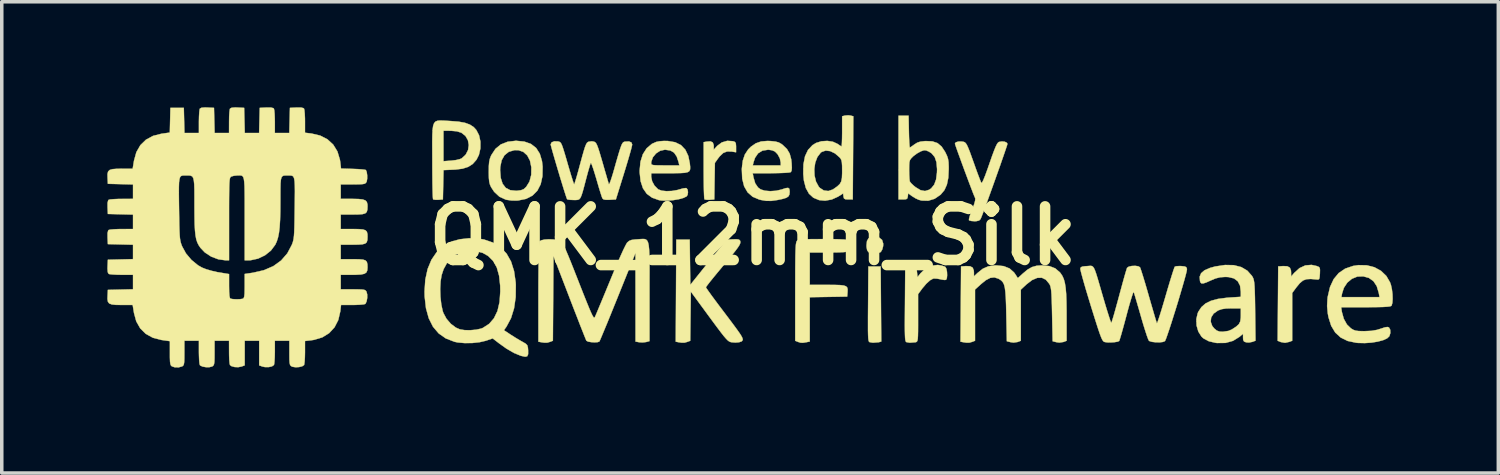
<source format=kicad_pcb>
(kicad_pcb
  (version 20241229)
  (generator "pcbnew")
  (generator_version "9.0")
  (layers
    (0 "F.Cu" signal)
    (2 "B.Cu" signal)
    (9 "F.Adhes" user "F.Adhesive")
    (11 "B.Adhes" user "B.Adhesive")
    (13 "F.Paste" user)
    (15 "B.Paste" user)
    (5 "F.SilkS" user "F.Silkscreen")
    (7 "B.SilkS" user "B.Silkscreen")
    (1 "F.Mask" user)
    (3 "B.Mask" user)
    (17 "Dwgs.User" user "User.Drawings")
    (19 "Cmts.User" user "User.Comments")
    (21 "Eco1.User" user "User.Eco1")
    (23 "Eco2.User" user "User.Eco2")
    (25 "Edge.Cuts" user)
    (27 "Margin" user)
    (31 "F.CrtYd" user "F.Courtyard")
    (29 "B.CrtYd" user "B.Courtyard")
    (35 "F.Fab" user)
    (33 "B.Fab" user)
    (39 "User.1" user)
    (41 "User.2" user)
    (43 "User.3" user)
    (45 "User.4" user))
  (footprint "QMK_12mm_Silk"
    (layer "F.Cu")
    (at 18.353 3.652)
    (property "Reference" "QMK_12mm_Silk" (at 0 0 0) (layer "F.SilkS") (effects (font (size 1.524 1.524) (thickness 0.3))))
    (attr through_hole)
    (fp_poly (pts (xy 3.652 3.009) (xy 3.58 3.028) (xy 3.414 3.041) (xy 3.325 3.026) (xy 3.31 3.019) (xy 3.298 3.001) (xy 3.289 2.966) (xy 3.282 2.909) (xy 3.278 2.822) (xy 3.275 2.7) (xy 3.275 2.535) (xy 3.275 2.322) (xy 3.277 2.053) (xy 3.278 1.942) (xy 3.286 0.873) (xy 3.635 0.873) (xy 3.652 3.009)) (stroke (width 0.01) (type solid)) (fill yes) (layer "F.SilkS"))
    (fp_poly (pts (xy 3.594 0.054) (xy 3.675 0.119) (xy 3.708 0.225) (xy 3.705 0.296) (xy 3.681 0.389) (xy 3.642 0.457) (xy 3.631 0.467) (xy 3.547 0.499) (xy 3.437 0.506) (xy 3.334 0.488) (xy 3.29 0.467) (xy 3.251 0.414) (xy 3.234 0.319) (xy 3.233 0.27) (xy 3.247 0.146) (xy 3.293 0.072) (xy 3.382 0.037) (xy 3.467 0.032) (xy 3.594 0.054)) (stroke (width 0.01) (type solid)) (fill yes) (layer "F.SilkS"))
    (fp_poly (pts (xy -0.56 -2.687) (xy -0.558 -2.686) (xy -0.507 -2.666) (xy -0.483 -2.627) (xy -0.476 -2.549) (xy -0.476 -2.519) (xy -0.476 -2.373) (xy -0.602 -2.393) (xy -0.732 -2.396) (xy -0.841 -2.353) (xy -0.942 -2.257) (xy -0.981 -2.207) (xy -1.078 -2.071) (xy -1.087 -1.552) (xy -1.095 -1.032) (xy -1.224 -1.022) (xy -1.31 -1.022) (xy -1.367 -1.031) (xy -1.374 -1.036) (xy -1.381 -1.072) (xy -1.386 -1.164) (xy -1.391 -1.301) (xy -1.394 -1.476) (xy -1.396 -1.678) (xy -1.397 -1.859) (xy -1.397 -2.66) (xy -1.314 -2.675) (xy -1.203 -2.683) (xy -1.138 -2.652) (xy -1.112 -2.578) (xy -1.111 -2.553) (xy -1.111 -2.446) (xy -1.008 -2.558) (xy -0.88 -2.653) (xy -0.725 -2.698) (xy -0.56 -2.687)) (stroke (width 0.01) (type solid)) (fill yes) (layer "F.SilkS"))
    (fp_poly (pts (xy 16.03 0.861) (xy 16.088 0.884) (xy 16.117 0.914) (xy 16.126 0.97) (xy 16.123 1.07) (xy 16.123 1.075) (xy 16.115 1.176) (xy 16.102 1.229) (xy 16.076 1.246) (xy 16.034 1.244) (xy 15.865 1.229) (xy 15.74 1.236) (xy 15.642 1.273) (xy 15.552 1.348) (xy 15.454 1.468) (xy 15.426 1.505) (xy 15.335 1.629) (xy 15.335 2.986) (xy 15.254 3.017) (xy 15.132 3.044) (xy 15.013 3.023) (xy 14.994 3.015) (xy 14.922 2.986) (xy 14.93 1.93) (xy 14.938 0.873) (xy 15.076 0.863) (xy 15.196 0.868) (xy 15.269 0.908) (xy 15.301 0.989) (xy 15.304 1.044) (xy 15.305 1.159) (xy 15.392 1.058) (xy 15.543 0.921) (xy 15.709 0.844) (xy 15.886 0.829) (xy 16.03 0.861)) (stroke (width 0.01) (type solid)) (fill yes) (layer "F.SilkS"))
    (fp_poly (pts (xy 5.275 0.833) (xy 5.376 0.85) (xy 5.455 0.876) (xy 5.476 0.888) (xy 5.504 0.941) (xy 5.521 1.027) (xy 5.525 1.124) (xy 5.517 1.208) (xy 5.494 1.254) (xy 5.493 1.254) (xy 5.446 1.258) (xy 5.364 1.245) (xy 5.33 1.237) (xy 5.231 1.219) (xy 5.145 1.217) (xy 5.128 1.219) (xy 5.041 1.266) (xy 4.934 1.362) (xy 4.817 1.5) (xy 4.79 1.537) (xy 4.699 1.661) (xy 4.699 2.335) (xy 4.699 2.558) (xy 4.698 2.725) (xy 4.695 2.846) (xy 4.69 2.928) (xy 4.681 2.978) (xy 4.668 3.007) (xy 4.65 3.021) (xy 4.628 3.028) (xy 4.462 3.041) (xy 4.373 3.026) (xy 4.358 3.019) (xy 4.346 3.001) (xy 4.337 2.966) (xy 4.33 2.909) (xy 4.326 2.822) (xy 4.323 2.7) (xy 4.322 2.535) (xy 4.323 2.322) (xy 4.325 2.053) (xy 4.326 1.942) (xy 4.334 0.873) (xy 4.651 0.873) (xy 4.683 1.176) (xy 4.772 1.064) (xy 4.912 0.932) (xy 5.076 0.853) (xy 5.253 0.831) (xy 5.275 0.833)) (stroke (width 0.01) (type solid)) (fill yes) (layer "F.SilkS"))
    (fp_poly (pts (xy 2.249 0.096) (xy 2.444 0.1) (xy 2.584 0.107) (xy 2.674 0.117) (xy 2.72 0.13) (xy 2.724 0.133) (xy 2.752 0.196) (xy 2.761 0.289) (xy 2.751 0.38) (xy 2.724 0.438) (xy 2.682 0.454) (xy 2.59 0.466) (xy 2.444 0.473) (xy 2.239 0.476) (xy 2.153 0.476) (xy 1.619 0.476) (xy 1.619 1.397) (xy 2.123 1.397) (xy 2.329 1.398) (xy 2.48 1.403) (xy 2.584 1.415) (xy 2.649 1.437) (xy 2.684 1.472) (xy 2.696 1.523) (xy 2.694 1.594) (xy 2.693 1.609) (xy 2.683 1.73) (xy 2.151 1.739) (xy 1.619 1.748) (xy 1.619 3.008) (xy 1.52 3.028) (xy 1.423 3.044) (xy 1.355 3.04) (xy 1.281 3.017) (xy 1.278 3.015) (xy 1.206 2.987) (xy 1.206 1.591) (xy 1.207 1.252) (xy 1.207 0.972) (xy 1.209 0.744) (xy 1.211 0.563) (xy 1.215 0.422) (xy 1.22 0.318) (xy 1.226 0.243) (xy 1.235 0.194) (xy 1.245 0.162) (xy 1.256 0.145) (xy 1.281 0.128) (xy 1.324 0.116) (xy 1.392 0.107) (xy 1.494 0.101) (xy 1.638 0.097) (xy 1.832 0.096) (xy 1.996 0.095) (xy 2.249 0.096)) (stroke (width 0.01) (type solid)) (fill yes) (layer "F.SilkS"))
    (fp_poly (pts (xy -0.392 0.111) (xy -0.363 0.138) (xy -0.361 0.143) (xy -0.353 0.176) (xy -0.358 0.214) (xy -0.38 0.264) (xy -0.423 0.332) (xy -0.491 0.424) (xy -0.588 0.546) (xy -0.718 0.704) (xy -0.87 0.886) (xy -1.003 1.046) (xy -1.121 1.19) (xy -1.219 1.311) (xy -1.289 1.402) (xy -1.328 1.455) (xy -1.333 1.466) (xy -1.315 1.498) (xy -1.263 1.573) (xy -1.183 1.685) (xy -1.079 1.826) (xy -0.958 1.988) (xy -0.846 2.136) (xy -0.683 2.352) (xy -0.555 2.523) (xy -0.457 2.656) (xy -0.386 2.756) (xy -0.337 2.83) (xy -0.307 2.884) (xy -0.291 2.924) (xy -0.286 2.955) (xy -0.286 2.963) (xy -0.314 3.002) (xy -0.389 3.028) (xy -0.494 3.037) (xy -0.6 3.029) (xy -0.637 3.021) (xy -0.673 3.005) (xy -0.713 2.975) (xy -0.762 2.925) (xy -0.826 2.851) (xy -0.909 2.745) (xy -1.016 2.603) (xy -1.153 2.418) (xy -1.24 2.3) (xy -1.762 1.589) (xy -1.779 2.987) (xy -1.86 3.017) (xy -1.941 3.04) (xy -2.027 3.04) (xy -2.12 3.026) (xy -2.191 3.012) (xy -2.183 1.561) (xy -2.175 0.111) (xy -1.794 0.111) (xy -1.777 1.396) (xy -0.746 0.111) (xy -0.563 0.102) (xy -0.453 0.1) (xy -0.392 0.111)) (stroke (width 0.01) (type solid)) (fill yes) (layer "F.SilkS"))
    (fp_poly (pts (xy -8.794 -3.273) (xy -8.673 -3.266) (xy -8.607 -3.262) (xy -8.37 -3.244) (xy -8.185 -3.211) (xy -8.043 -3.159) (xy -7.933 -3.086) (xy -7.862 -3.008) (xy -7.783 -2.856) (xy -7.744 -2.675) (xy -7.745 -2.483) (xy -7.787 -2.299) (xy -7.857 -2.16) (xy -7.962 -2.041) (xy -8.091 -1.958) (xy -8.254 -1.906) (xy -8.465 -1.88) (xy -8.5 -1.879) (xy -8.793 -1.866) (xy -8.802 -1.449) (xy -8.811 -1.032) (xy -8.939 -1.022) (xy -9.025 -1.022) (xy -9.082 -1.031) (xy -9.09 -1.036) (xy -9.095 -1.072) (xy -9.1 -1.164) (xy -9.104 -1.304) (xy -9.108 -1.486) (xy -9.11 -1.701) (xy -9.112 -1.941) (xy -9.112 -2.119) (xy -8.795 -2.119) (xy -8.574 -2.135) (xy -8.44 -2.151) (xy -8.328 -2.178) (xy -8.272 -2.203) (xy -8.161 -2.308) (xy -8.095 -2.438) (xy -8.075 -2.579) (xy -8.1 -2.717) (xy -8.17 -2.838) (xy -8.285 -2.928) (xy -8.287 -2.929) (xy -8.414 -2.969) (xy -8.58 -2.984) (xy -8.596 -2.984) (xy -8.795 -2.985) (xy -8.795 -2.119) (xy -9.112 -2.119) (xy -9.112 -2.131) (xy -9.113 -2.434) (xy -9.114 -2.679) (xy -9.111 -2.872) (xy -9.103 -3.019) (xy -9.088 -3.127) (xy -9.061 -3.2) (xy -9.021 -3.246) (xy -8.965 -3.269) (xy -8.89 -3.276) (xy -8.794 -3.273)) (stroke (width 0.01) (type solid)) (fill yes) (layer "F.SilkS"))
    (fp_poly (pts (xy -6.494 -2.676) (xy -6.305 -2.608) (xy -6.159 -2.493) (xy -6.056 -2.331) (xy -5.994 -2.122) (xy -5.976 -1.964) (xy -5.981 -1.692) (xy -6.031 -1.464) (xy -6.126 -1.28) (xy -6.265 -1.141) (xy -6.447 -1.048) (xy -6.673 -1.002) (xy -6.685 -1.001) (xy -6.846 -1) (xy -6.999 -1.021) (xy -7.026 -1.028) (xy -7.204 -1.11) (xy -7.352 -1.247) (xy -7.44 -1.381) (xy -7.473 -1.454) (xy -7.493 -1.534) (xy -7.504 -1.638) (xy -7.507 -1.784) (xy -7.507 -1.826) (xy -7.506 -1.864) (xy -7.184 -1.864) (xy -7.167 -1.645) (xy -7.114 -1.478) (xy -7.024 -1.361) (xy -6.897 -1.295) (xy -6.731 -1.278) (xy -6.702 -1.279) (xy -6.59 -1.294) (xy -6.514 -1.324) (xy -6.449 -1.383) (xy -6.441 -1.391) (xy -6.348 -1.542) (xy -6.299 -1.732) (xy -6.296 -1.945) (xy -6.335 -2.135) (xy -6.412 -2.282) (xy -6.523 -2.383) (xy -6.662 -2.432) (xy -6.776 -2.433) (xy -6.938 -2.386) (xy -7.059 -2.29) (xy -7.14 -2.146) (xy -7.18 -1.956) (xy -7.184 -1.864) (xy -7.506 -1.864) (xy -7.505 -1.984) (xy -7.495 -2.099) (xy -7.476 -2.187) (xy -7.445 -2.269) (xy -7.432 -2.295) (xy -7.316 -2.471) (xy -7.162 -2.597) (xy -6.97 -2.672) (xy -6.738 -2.699) (xy -6.727 -2.699) (xy -6.494 -2.676)) (stroke (width 0.01) (type solid)) (fill yes) (layer "F.SilkS"))
    (fp_poly (pts (xy 2.779 -3.416) (xy 2.858 -3.396) (xy 2.842 -1.032) (xy 2.715 -1.032) (xy 2.632 -1.037) (xy 2.593 -1.059) (xy 2.579 -1.111) (xy 2.578 -1.117) (xy 2.568 -1.202) (xy 2.419 -1.109) (xy 2.244 -1.03) (xy 2.056 -0.997) (xy 1.885 -1.013) (xy 1.722 -1.081) (xy 1.597 -1.195) (xy 1.508 -1.356) (xy 1.453 -1.568) (xy 1.435 -1.754) (xy 1.437 -1.897) (xy 1.748 -1.897) (xy 1.755 -1.712) (xy 1.796 -1.54) (xy 1.873 -1.397) (xy 1.906 -1.36) (xy 2.019 -1.287) (xy 2.147 -1.271) (xy 2.274 -1.314) (xy 2.287 -1.322) (xy 2.399 -1.401) (xy 2.472 -1.469) (xy 2.514 -1.543) (xy 2.534 -1.641) (xy 2.54 -1.779) (xy 2.54 -1.843) (xy 2.539 -1.988) (xy 2.532 -2.086) (xy 2.518 -2.15) (xy 2.494 -2.196) (xy 2.466 -2.229) (xy 2.336 -2.341) (xy 2.201 -2.406) (xy 2.072 -2.421) (xy 1.96 -2.383) (xy 1.93 -2.361) (xy 1.836 -2.238) (xy 1.775 -2.078) (xy 1.748 -1.897) (xy 1.437 -1.897) (xy 1.44 -2.031) (xy 1.485 -2.26) (xy 1.571 -2.441) (xy 1.698 -2.576) (xy 1.799 -2.638) (xy 1.95 -2.685) (xy 2.117 -2.696) (xy 2.277 -2.672) (xy 2.406 -2.613) (xy 2.412 -2.609) (xy 2.478 -2.564) (xy 2.519 -2.541) (xy 2.523 -2.54) (xy 2.529 -2.57) (xy 2.534 -2.652) (xy 2.538 -2.774) (xy 2.54 -2.924) (xy 2.54 -2.968) (xy 2.54 -3.396) (xy 2.619 -3.416) (xy 2.715 -3.424) (xy 2.779 -3.416)) (stroke (width 0.01) (type solid)) (fill yes) (layer "F.SilkS"))
    (fp_poly (pts (xy 0.514 -2.691) (xy 0.645 -2.677) (xy 0.737 -2.652) (xy 0.813 -2.609) (xy 0.851 -2.58) (xy 0.972 -2.463) (xy 1.049 -2.332) (xy 1.092 -2.171) (xy 1.104 -2.058) (xy 1.11 -1.93) (xy 1.103 -1.852) (xy 1.083 -1.812) (xy 1.076 -1.807) (xy 1.031 -1.797) (xy 0.933 -1.789) (xy 0.796 -1.783) (xy 0.631 -1.779) (xy 0.514 -1.778) (xy -0.003 -1.778) (xy 0.019 -1.659) (xy 0.069 -1.488) (xy 0.15 -1.37) (xy 0.226 -1.316) (xy 0.343 -1.28) (xy 0.496 -1.267) (xy 0.659 -1.278) (xy 0.811 -1.312) (xy 0.822 -1.316) (xy 0.936 -1.353) (xy 1.003 -1.361) (xy 1.037 -1.337) (xy 1.047 -1.276) (xy 1.048 -1.242) (xy 1.04 -1.169) (xy 1.011 -1.117) (xy 0.95 -1.078) (xy 0.846 -1.046) (xy 0.702 -1.016) (xy 0.526 -0.991) (xy 0.377 -0.992) (xy 0.226 -1.018) (xy 0.183 -1.029) (xy -0.004 -1.108) (xy -0.147 -1.233) (xy -0.246 -1.404) (xy -0.301 -1.621) (xy -0.312 -1.883) (xy -0.311 -1.918) (xy -0.301 -2) (xy -0.001 -2) (xy 0.794 -2) (xy 0.794 -2.081) (xy 0.768 -2.202) (xy 0.703 -2.32) (xy 0.628 -2.395) (xy 0.549 -2.429) (xy 0.448 -2.445) (xy 0.436 -2.445) (xy 0.275 -2.42) (xy 0.151 -2.344) (xy 0.063 -2.215) (xy 0.02 -2.088) (xy -0.001 -2) (xy -0.301 -2) (xy -0.284 -2.136) (xy -0.226 -2.309) (xy -0.132 -2.452) (xy -0.052 -2.532) (xy 0.085 -2.627) (xy 0.237 -2.68) (xy 0.421 -2.695) (xy 0.514 -2.691)) (stroke (width 0.01) (type solid)) (fill yes) (layer "F.SilkS"))
    (fp_poly (pts (xy 7.164 -2.672) (xy 7.223 -2.643) (xy 7.239 -2.613) (xy 7.229 -2.574) (xy 7.199 -2.483) (xy 7.154 -2.35) (xy 7.096 -2.183) (xy 7.029 -1.989) (xy 6.954 -1.779) (xy 6.876 -1.559) (xy 6.797 -1.338) (xy 6.72 -1.125) (xy 6.649 -0.928) (xy 6.585 -0.756) (xy 6.533 -0.617) (xy 6.495 -0.52) (xy 6.475 -0.473) (xy 6.433 -0.432) (xy 6.354 -0.414) (xy 6.303 -0.413) (xy 6.214 -0.419) (xy 6.155 -0.435) (xy 6.145 -0.443) (xy 6.148 -0.484) (xy 6.171 -0.568) (xy 6.211 -0.682) (xy 6.237 -0.748) (xy 6.293 -0.896) (xy 6.321 -0.997) (xy 6.325 -1.06) (xy 6.318 -1.08) (xy 6.296 -1.13) (xy 6.257 -1.227) (xy 6.206 -1.361) (xy 6.144 -1.523) (xy 6.077 -1.703) (xy 6.007 -1.89) (xy 5.939 -2.076) (xy 5.876 -2.249) (xy 5.821 -2.4) (xy 5.779 -2.52) (xy 5.753 -2.598) (xy 5.747 -2.624) (xy 5.775 -2.657) (xy 5.844 -2.677) (xy 5.933 -2.679) (xy 5.996 -2.669) (xy 6.027 -2.656) (xy 6.056 -2.629) (xy 6.087 -2.581) (xy 6.123 -2.502) (xy 6.17 -2.385) (xy 6.229 -2.221) (xy 6.275 -2.094) (xy 6.338 -1.916) (xy 6.396 -1.757) (xy 6.445 -1.628) (xy 6.48 -1.539) (xy 6.497 -1.5) (xy 6.518 -1.512) (xy 6.555 -1.585) (xy 6.609 -1.718) (xy 6.679 -1.911) (xy 6.727 -2.049) (xy 6.801 -2.261) (xy 6.86 -2.42) (xy 6.906 -2.533) (xy 6.943 -2.607) (xy 6.974 -2.649) (xy 6.999 -2.666) (xy 7.082 -2.681) (xy 7.164 -2.672)) (stroke (width 0.01) (type solid)) (fill yes) (layer "F.SilkS"))
    (fp_poly (pts (xy -2.415 -2.693) (xy -2.207 -2.658) (xy -2.042 -2.576) (xy -1.918 -2.446) (xy -1.834 -2.267) (xy -1.791 -2.056) (xy -1.781 -1.96) (xy -1.782 -1.889) (xy -1.802 -1.84) (xy -1.85 -1.808) (xy -1.932 -1.789) (xy -2.057 -1.781) (xy -2.233 -1.778) (xy -2.369 -1.778) (xy -2.889 -1.778) (xy -2.889 -1.675) (xy -2.862 -1.547) (xy -2.793 -1.421) (xy -2.695 -1.323) (xy -2.686 -1.317) (xy -2.59 -1.281) (xy -2.454 -1.267) (xy -2.298 -1.273) (xy -2.144 -1.3) (xy -2.083 -1.318) (xy -1.986 -1.345) (xy -1.91 -1.355) (xy -1.886 -1.353) (xy -1.854 -1.311) (xy -1.843 -1.238) (xy -1.854 -1.163) (xy -1.881 -1.12) (xy -1.971 -1.075) (xy -2.105 -1.038) (xy -2.264 -1.011) (xy -2.429 -0.998) (xy -2.581 -1) (xy -2.667 -1.012) (xy -2.862 -1.081) (xy -3.014 -1.192) (xy -3.123 -1.349) (xy -3.19 -1.552) (xy -3.217 -1.803) (xy -3.217 -1.857) (xy -3.197 -2.065) (xy -2.889 -2.065) (xy -2.886 -2.038) (xy -2.869 -2.02) (xy -2.829 -2.009) (xy -2.755 -2.003) (xy -2.636 -2.001) (xy -2.489 -2) (xy -2.089 -2) (xy -2.109 -2.088) (xy -2.163 -2.252) (xy -2.239 -2.362) (xy -2.346 -2.424) (xy -2.489 -2.445) (xy -2.502 -2.445) (xy -2.634 -2.416) (xy -2.751 -2.34) (xy -2.841 -2.231) (xy -2.886 -2.105) (xy -2.889 -2.065) (xy -3.197 -2.065) (xy -3.193 -2.106) (xy -3.126 -2.317) (xy -3.017 -2.487) (xy -2.87 -2.611) (xy -2.746 -2.667) (xy -2.651 -2.686) (xy -2.524 -2.695) (xy -2.415 -2.693)) (stroke (width 0.01) (type solid)) (fill yes) (layer "F.SilkS"))
    (fp_poly (pts (xy 17.456 0.841) (xy 17.673 0.896) (xy 17.861 0.999) (xy 18.011 1.143) (xy 18.117 1.325) (xy 18.142 1.395) (xy 18.17 1.523) (xy 18.187 1.663) (xy 18.191 1.798) (xy 18.183 1.911) (xy 18.162 1.983) (xy 18.155 1.994) (xy 18.119 2.008) (xy 18.039 2.018) (xy 17.91 2.026) (xy 17.728 2.03) (xy 17.489 2.032) (xy 17.422 2.032) (xy 16.727 2.032) (xy 16.748 2.167) (xy 16.802 2.362) (xy 16.892 2.524) (xy 17.007 2.635) (xy 17.074 2.675) (xy 17.141 2.699) (xy 17.228 2.71) (xy 17.355 2.713) (xy 17.397 2.713) (xy 17.59 2.704) (xy 17.749 2.676) (xy 17.857 2.642) (xy 17.973 2.604) (xy 18.046 2.594) (xy 18.087 2.608) (xy 18.122 2.673) (xy 18.126 2.766) (xy 18.098 2.857) (xy 18.035 2.917) (xy 17.921 2.969) (xy 17.768 3.01) (xy 17.59 3.039) (xy 17.4 3.052) (xy 17.208 3.048) (xy 17.151 3.042) (xy 16.911 2.991) (xy 16.714 2.894) (xy 16.559 2.752) (xy 16.444 2.56) (xy 16.368 2.32) (xy 16.347 2.208) (xy 16.328 2) (xy 16.338 1.801) (xy 16.345 1.746) (xy 16.734 1.746) (xy 17.819 1.746) (xy 17.797 1.627) (xy 17.739 1.433) (xy 17.646 1.292) (xy 17.515 1.199) (xy 17.356 1.155) (xy 17.188 1.161) (xy 17.033 1.224) (xy 16.902 1.333) (xy 16.804 1.482) (xy 16.753 1.643) (xy 16.734 1.746) (xy 16.345 1.746) (xy 16.347 1.73) (xy 16.411 1.458) (xy 16.514 1.235) (xy 16.658 1.061) (xy 16.841 0.936) (xy 17.066 0.859) (xy 17.217 0.836) (xy 17.456 0.841)) (stroke (width 0.01) (type solid)) (fill yes) (layer "F.SilkS"))
    (fp_poly (pts (xy 4.438 -2.961) (xy 4.442 -2.799) (xy 4.448 -2.664) (xy 4.455 -2.564) (xy 4.461 -2.513) (xy 4.464 -2.508) (xy 4.497 -2.526) (xy 4.561 -2.57) (xy 4.594 -2.595) (xy 4.675 -2.646) (xy 4.764 -2.675) (xy 4.884 -2.689) (xy 4.918 -2.691) (xy 5.105 -2.683) (xy 5.251 -2.634) (xy 5.367 -2.536) (xy 5.468 -2.383) (xy 5.475 -2.369) (xy 5.522 -2.271) (xy 5.55 -2.186) (xy 5.565 -2.091) (xy 5.57 -1.965) (xy 5.57 -1.893) (xy 5.558 -1.649) (xy 5.518 -1.453) (xy 5.448 -1.297) (xy 5.343 -1.171) (xy 5.334 -1.163) (xy 5.168 -1.05) (xy 4.986 -0.995) (xy 4.8 -1) (xy 4.715 -1.023) (xy 4.624 -1.065) (xy 4.528 -1.125) (xy 4.519 -1.131) (xy 4.417 -1.207) (xy 4.407 -1.119) (xy 4.394 -1.063) (xy 4.359 -1.038) (xy 4.282 -1.032) (xy 4.27 -1.032) (xy 4.143 -1.032) (xy 4.143 -1.87) (xy 4.445 -1.87) (xy 4.447 -1.738) (xy 4.453 -1.627) (xy 4.461 -1.554) (xy 4.465 -1.541) (xy 4.5 -1.494) (xy 4.57 -1.427) (xy 4.628 -1.38) (xy 4.769 -1.295) (xy 4.896 -1.271) (xy 5.014 -1.307) (xy 5.072 -1.347) (xy 5.157 -1.452) (xy 5.211 -1.598) (xy 5.236 -1.794) (xy 5.239 -1.893) (xy 5.222 -2.09) (xy 5.172 -2.237) (xy 5.083 -2.343) (xy 5.008 -2.391) (xy 4.929 -2.425) (xy 4.869 -2.43) (xy 4.792 -2.405) (xy 4.773 -2.397) (xy 4.669 -2.34) (xy 4.567 -2.264) (xy 4.548 -2.246) (xy 4.499 -2.196) (xy 4.468 -2.149) (xy 4.452 -2.09) (xy 4.446 -2.002) (xy 4.445 -1.87) (xy 4.143 -1.87) (xy 4.143 -3.413) (xy 4.429 -3.413) (xy 4.438 -2.961)) (stroke (width 0.01) (type solid)) (fill yes) (layer "F.SilkS"))
    (fp_poly (pts (xy 8.431 0.863) (xy 8.597 0.927) (xy 8.73 1.04) (xy 8.753 1.069) (xy 8.803 1.145) (xy 8.842 1.233) (xy 8.872 1.342) (xy 8.894 1.479) (xy 8.909 1.652) (xy 8.917 1.87) (xy 8.921 2.139) (xy 8.921 2.263) (xy 8.922 2.986) (xy 8.834 3.02) (xy 8.717 3.038) (xy 8.636 3.027) (xy 8.525 3) (xy 8.509 2.238) (xy 8.504 1.996) (xy 8.498 1.808) (xy 8.492 1.667) (xy 8.484 1.563) (xy 8.473 1.488) (xy 8.46 1.433) (xy 8.442 1.39) (xy 8.428 1.365) (xy 8.332 1.25) (xy 8.218 1.194) (xy 8.086 1.198) (xy 7.939 1.261) (xy 7.78 1.383) (xy 7.775 1.388) (xy 7.62 1.533) (xy 7.62 2.986) (xy 7.533 3.02) (xy 7.415 3.038) (xy 7.334 3.027) (xy 7.223 3) (xy 7.207 2.238) (xy 7.201 1.972) (xy 7.193 1.761) (xy 7.181 1.599) (xy 7.165 1.476) (xy 7.142 1.387) (xy 7.11 1.323) (xy 7.068 1.276) (xy 7.014 1.238) (xy 6.981 1.22) (xy 6.867 1.184) (xy 6.752 1.198) (xy 6.625 1.264) (xy 6.494 1.37) (xy 6.318 1.53) (xy 6.318 2.986) (xy 6.237 3.017) (xy 6.156 3.04) (xy 6.07 3.04) (xy 5.977 3.026) (xy 5.905 3.012) (xy 5.913 1.942) (xy 5.921 0.873) (xy 6.059 0.863) (xy 6.179 0.868) (xy 6.252 0.908) (xy 6.283 0.989) (xy 6.287 1.042) (xy 6.287 1.155) (xy 6.39 1.058) (xy 6.54 0.938) (xy 6.695 0.87) (xy 6.877 0.844) (xy 6.921 0.843) (xy 7.132 0.864) (xy 7.3 0.931) (xy 7.428 1.045) (xy 7.458 1.087) (xy 7.535 1.205) (xy 7.669 1.082) (xy 7.81 0.964) (xy 7.938 0.891) (xy 8.072 0.853) (xy 8.223 0.843) (xy 8.431 0.863)) (stroke (width 0.01) (type solid)) (fill yes) (layer "F.SilkS"))
    (fp_poly (pts (xy 13.674 0.837) (xy 13.886 0.891) (xy 14.058 0.992) (xy 14.19 1.14) (xy 14.216 1.184) (xy 14.233 1.222) (xy 14.246 1.272) (xy 14.257 1.341) (xy 14.265 1.437) (xy 14.271 1.569) (xy 14.276 1.743) (xy 14.28 1.968) (xy 14.282 2.135) (xy 14.292 2.984) (xy 14.205 3.017) (xy 14.107 3.036) (xy 14.028 3.031) (xy 13.967 3.008) (xy 13.942 2.962) (xy 13.938 2.9) (xy 13.938 2.788) (xy 13.837 2.874) (xy 13.653 2.988) (xy 13.441 3.047) (xy 13.199 3.05) (xy 13.159 3.045) (xy 12.966 3) (xy 12.814 2.919) (xy 12.757 2.868) (xy 12.667 2.725) (xy 12.617 2.553) (xy 12.613 2.443) (xy 13.018 2.443) (xy 13.061 2.564) (xy 13.115 2.633) (xy 13.192 2.697) (xy 13.272 2.725) (xy 13.361 2.73) (xy 13.524 2.706) (xy 13.621 2.664) (xy 13.743 2.584) (xy 13.819 2.515) (xy 13.858 2.438) (xy 13.873 2.337) (xy 13.875 2.265) (xy 13.875 2.064) (xy 13.615 2.064) (xy 13.452 2.069) (xy 13.33 2.088) (xy 13.23 2.124) (xy 13.223 2.128) (xy 13.101 2.214) (xy 13.032 2.323) (xy 13.018 2.443) (xy 12.613 2.443) (xy 12.61 2.371) (xy 12.649 2.202) (xy 12.667 2.162) (xy 12.755 2.029) (xy 12.872 1.926) (xy 13.026 1.85) (xy 13.223 1.797) (xy 13.473 1.764) (xy 13.564 1.757) (xy 13.875 1.737) (xy 13.874 1.591) (xy 13.853 1.419) (xy 13.788 1.294) (xy 13.679 1.213) (xy 13.523 1.175) (xy 13.432 1.171) (xy 13.288 1.181) (xy 13.156 1.214) (xy 13.027 1.268) (xy 12.896 1.327) (xy 12.809 1.356) (xy 12.757 1.356) (xy 12.728 1.329) (xy 12.714 1.289) (xy 12.705 1.166) (xy 12.746 1.065) (xy 12.842 0.983) (xy 12.996 0.916) (xy 13.144 0.875) (xy 13.427 0.832) (xy 13.674 0.837)) (stroke (width 0.01) (type solid)) (fill yes) (layer "F.SilkS"))
    (fp_poly (pts (xy -7.819 0.079) (xy -7.641 0.108) (xy -7.385 0.196) (xy -7.172 0.329) (xy -7.002 0.507) (xy -6.874 0.732) (xy -6.788 1.005) (xy -6.742 1.325) (xy -6.738 1.393) (xy -6.742 1.745) (xy -6.788 2.064) (xy -6.875 2.345) (xy -7.002 2.582) (xy -7.013 2.599) (xy -7.076 2.686) (xy -6.88 2.816) (xy -6.757 2.894) (xy -6.632 2.969) (xy -6.54 3.021) (xy -6.456 3.07) (xy -6.412 3.115) (xy -6.394 3.181) (xy -6.388 3.259) (xy -6.388 3.368) (xy -6.413 3.426) (xy -6.471 3.44) (xy -6.575 3.418) (xy -6.595 3.413) (xy -6.786 3.335) (xy -7.004 3.209) (xy -7.214 3.059) (xy -7.395 2.919) (xy -7.592 2.986) (xy -7.768 3.027) (xy -7.976 3.05) (xy -8.193 3.052) (xy -8.39 3.034) (xy -8.481 3.015) (xy -8.727 2.92) (xy -8.931 2.777) (xy -9.093 2.586) (xy -9.213 2.347) (xy -9.292 2.061) (xy -9.33 1.726) (xy -9.333 1.587) (xy -9.328 1.511) (xy -8.888 1.511) (xy -8.881 1.736) (xy -8.857 1.952) (xy -8.818 2.136) (xy -8.797 2.198) (xy -8.71 2.36) (xy -8.586 2.504) (xy -8.441 2.613) (xy -8.325 2.663) (xy -8.191 2.684) (xy -8.029 2.686) (xy -7.864 2.671) (xy -7.724 2.64) (xy -7.675 2.621) (xy -7.496 2.505) (xy -7.358 2.345) (xy -7.259 2.139) (xy -7.2 1.885) (xy -7.179 1.583) (xy -7.182 1.421) (xy -7.213 1.137) (xy -7.279 0.903) (xy -7.382 0.718) (xy -7.523 0.577) (xy -7.679 0.488) (xy -7.79 0.459) (xy -7.937 0.442) (xy -8.094 0.44) (xy -8.237 0.451) (xy -8.334 0.475) (xy -8.523 0.583) (xy -8.676 0.742) (xy -8.791 0.95) (xy -8.847 1.119) (xy -8.877 1.298) (xy -8.888 1.511) (xy -9.328 1.511) (xy -9.311 1.249) (xy -9.245 0.947) (xy -9.137 0.685) (xy -8.988 0.466) (xy -8.801 0.293) (xy -8.576 0.169) (xy -8.55 0.159) (xy -8.326 0.1) (xy -8.073 0.072) (xy -7.819 0.079)) (stroke (width 0.01) (type solid)) (fill yes) (layer "F.SilkS"))
    (fp_poly (pts (xy -3.079 0.094) (xy -3.036 0.108) (xy -3.003 0.14) (xy -2.978 0.193) (xy -2.96 0.274) (xy -2.948 0.388) (xy -2.941 0.539) (xy -2.937 0.734) (xy -2.936 0.977) (xy -2.937 1.274) (xy -2.937 1.591) (xy -2.937 2.996) (xy -3.032 3.022) (xy -3.135 3.034) (xy -3.231 3.028) (xy -3.334 3.009) (xy -3.336 0.492) (xy -3.838 1.739) (xy -3.946 2.005) (xy -4.046 2.252) (xy -4.137 2.475) (xy -4.217 2.667) (xy -4.282 2.823) (xy -4.329 2.935) (xy -4.357 2.998) (xy -4.364 3.009) (xy -4.414 3.026) (xy -4.5 3.031) (xy -4.598 3.025) (xy -4.682 3.01) (xy -4.73 2.986) (xy -4.731 2.985) (xy -4.748 2.946) (xy -4.785 2.855) (xy -4.839 2.718) (xy -4.909 2.542) (xy -4.99 2.332) (xy -5.082 2.097) (xy -5.181 1.841) (xy -5.212 1.759) (xy -5.667 0.577) (xy -5.684 2.986) (xy -5.765 3.017) (xy -5.846 3.04) (xy -5.933 3.04) (xy -6.025 3.026) (xy -6.096 3.012) (xy -6.096 1.609) (xy -6.095 1.316) (xy -6.093 1.041) (xy -6.09 0.792) (xy -6.086 0.575) (xy -6.082 0.396) (xy -6.077 0.264) (xy -6.071 0.183) (xy -6.067 0.162) (xy -6.015 0.13) (xy -5.92 0.109) (xy -5.8 0.101) (xy -5.674 0.106) (xy -5.564 0.125) (xy -5.524 0.136) (xy -5.49 0.148) (xy -5.459 0.167) (xy -5.428 0.199) (xy -5.394 0.248) (xy -5.355 0.321) (xy -5.309 0.423) (xy -5.251 0.559) (xy -5.179 0.735) (xy -5.091 0.956) (xy -4.984 1.228) (xy -4.92 1.391) (xy -4.814 1.66) (xy -4.728 1.875) (xy -4.66 2.041) (xy -4.608 2.164) (xy -4.568 2.249) (xy -4.539 2.301) (xy -4.519 2.326) (xy -4.503 2.328) (xy -4.491 2.314) (xy -4.49 2.312) (xy -4.469 2.266) (xy -4.427 2.168) (xy -4.368 2.026) (xy -4.294 1.849) (xy -4.208 1.642) (xy -4.114 1.414) (xy -4.048 1.254) (xy -3.942 0.997) (xy -3.843 0.765) (xy -3.754 0.562) (xy -3.679 0.397) (xy -3.619 0.276) (xy -3.579 0.205) (xy -3.569 0.192) (xy -3.515 0.147) (xy -3.447 0.12) (xy -3.345 0.106) (xy -3.279 0.102) (xy -3.199 0.096) (xy -3.133 0.092) (xy -3.079 0.094)) (stroke (width 0.01) (type solid)) (fill yes) (layer "F.SilkS"))
    (fp_poly (pts (xy -4.515 -2.674) (xy -4.485 -2.66) (xy -4.458 -2.632) (xy -4.431 -2.582) (xy -4.4 -2.502) (xy -4.361 -2.383) (xy -4.312 -2.217) (xy -4.271 -2.078) (xy -4.219 -1.895) (xy -4.171 -1.732) (xy -4.132 -1.598) (xy -4.105 -1.505) (xy -4.092 -1.463) (xy -4.078 -1.475) (xy -4.051 -1.538) (xy -4.015 -1.645) (xy -3.972 -1.784) (xy -3.955 -1.844) (xy -3.886 -2.088) (xy -3.831 -2.277) (xy -3.788 -2.42) (xy -3.754 -2.522) (xy -3.727 -2.591) (xy -3.703 -2.634) (xy -3.681 -2.658) (xy -3.657 -2.67) (xy -3.632 -2.675) (xy -3.52 -2.681) (xy -3.45 -2.65) (xy -3.429 -2.592) (xy -3.439 -2.544) (xy -3.464 -2.444) (xy -3.504 -2.302) (xy -3.555 -2.127) (xy -3.615 -1.928) (xy -3.661 -1.778) (xy -3.893 -1.032) (xy -4.072 -1.022) (xy -4.179 -1.021) (xy -4.241 -1.032) (xy -4.274 -1.061) (xy -4.279 -1.07) (xy -4.297 -1.119) (xy -4.329 -1.218) (xy -4.371 -1.353) (xy -4.418 -1.514) (xy -4.446 -1.611) (xy -4.495 -1.773) (xy -4.538 -1.909) (xy -4.574 -2.01) (xy -4.598 -2.065) (xy -4.606 -2.072) (xy -4.621 -2.034) (xy -4.648 -1.946) (xy -4.685 -1.82) (xy -4.726 -1.668) (xy -4.743 -1.603) (xy -4.796 -1.4) (xy -4.837 -1.25) (xy -4.871 -1.145) (xy -4.901 -1.077) (xy -4.934 -1.038) (xy -4.974 -1.021) (xy -5.026 -1.016) (xy -5.093 -1.016) (xy -5.192 -1.02) (xy -5.261 -1.03) (xy -5.28 -1.04) (xy -5.297 -1.083) (xy -5.328 -1.177) (xy -5.371 -1.311) (xy -5.421 -1.474) (xy -5.477 -1.656) (xy -5.534 -1.847) (xy -5.59 -2.036) (xy -5.642 -2.214) (xy -5.687 -2.369) (xy -5.721 -2.493) (xy -5.742 -2.573) (xy -5.747 -2.598) (xy -5.719 -2.655) (xy -5.645 -2.684) (xy -5.538 -2.681) (xy -5.525 -2.678) (xy -5.495 -2.669) (xy -5.469 -2.651) (xy -5.444 -2.614) (xy -5.417 -2.551) (xy -5.384 -2.453) (xy -5.341 -2.313) (xy -5.285 -2.122) (xy -5.268 -2.061) (xy -5.214 -1.877) (xy -5.166 -1.716) (xy -5.125 -1.587) (xy -5.096 -1.499) (xy -5.08 -1.461) (xy -5.079 -1.461) (xy -5.066 -1.49) (xy -5.04 -1.571) (xy -5.003 -1.695) (xy -4.959 -1.852) (xy -4.91 -2.033) (xy -4.905 -2.052) (xy -4.849 -2.258) (xy -4.805 -2.412) (xy -4.771 -2.521) (xy -4.742 -2.593) (xy -4.717 -2.638) (xy -4.69 -2.662) (xy -4.671 -2.672) (xy -4.577 -2.685) (xy -4.515 -2.674)) (stroke (width 0.01) (type solid)) (fill yes) (layer "F.SilkS"))
    (fp_poly (pts (xy 9.638 0.861) (xy 9.669 0.88) (xy 9.699 0.92) (xy 9.729 0.986) (xy 9.764 1.085) (xy 9.807 1.224) (xy 9.861 1.409) (xy 9.929 1.645) (xy 9.959 1.748) (xy 10.019 1.952) (xy 10.074 2.133) (xy 10.122 2.285) (xy 10.159 2.397) (xy 10.183 2.463) (xy 10.191 2.477) (xy 10.205 2.447) (xy 10.232 2.365) (xy 10.27 2.237) (xy 10.316 2.073) (xy 10.369 1.881) (xy 10.412 1.722) (xy 10.469 1.511) (xy 10.522 1.317) (xy 10.568 1.152) (xy 10.606 1.022) (xy 10.632 0.939) (xy 10.641 0.913) (xy 10.69 0.879) (xy 10.775 0.86) (xy 10.874 0.856) (xy 10.96 0.869) (xy 11.008 0.897) (xy 11.024 0.937) (xy 11.055 1.03) (xy 11.098 1.167) (xy 11.15 1.338) (xy 11.208 1.535) (xy 11.255 1.699) (xy 11.315 1.909) (xy 11.371 2.1) (xy 11.418 2.262) (xy 11.455 2.386) (xy 11.48 2.465) (xy 11.488 2.49) (xy 11.501 2.468) (xy 11.528 2.394) (xy 11.568 2.273) (xy 11.618 2.114) (xy 11.675 1.924) (xy 11.737 1.713) (xy 11.8 1.497) (xy 11.859 1.3) (xy 11.911 1.132) (xy 11.953 1) (xy 11.983 0.914) (xy 11.997 0.88) (xy 12.043 0.867) (xy 12.127 0.862) (xy 12.18 0.863) (xy 12.274 0.873) (xy 12.321 0.892) (xy 12.34 0.93) (xy 12.343 0.953) (xy 12.336 1.001) (xy 12.312 1.101) (xy 12.274 1.242) (xy 12.224 1.417) (xy 12.166 1.615) (xy 12.103 1.828) (xy 12.036 2.047) (xy 11.968 2.263) (xy 11.904 2.467) (xy 11.844 2.651) (xy 11.792 2.804) (xy 11.752 2.918) (xy 11.724 2.984) (xy 11.717 2.996) (xy 11.659 3.02) (xy 11.563 3.031) (xy 11.452 3.029) (xy 11.348 3.017) (xy 11.275 2.994) (xy 11.261 2.983) (xy 11.24 2.94) (xy 11.205 2.845) (xy 11.16 2.708) (xy 11.107 2.54) (xy 11.051 2.349) (xy 11.033 2.286) (xy 10.977 2.091) (xy 10.926 1.916) (xy 10.883 1.77) (xy 10.851 1.663) (xy 10.832 1.604) (xy 10.829 1.597) (xy 10.816 1.615) (xy 10.79 1.687) (xy 10.753 1.804) (xy 10.707 1.959) (xy 10.656 2.143) (xy 10.624 2.264) (xy 10.57 2.466) (xy 10.52 2.648) (xy 10.477 2.801) (xy 10.443 2.914) (xy 10.422 2.981) (xy 10.416 2.993) (xy 10.368 3.013) (xy 10.279 3.027) (xy 10.173 3.034) (xy 10.072 3.032) (xy 10.002 3.021) (xy 9.979 3.011) (xy 9.957 2.989) (xy 9.932 2.95) (xy 9.904 2.888) (xy 9.869 2.796) (xy 9.825 2.669) (xy 9.77 2.499) (xy 9.701 2.281) (xy 9.616 2.009) (xy 9.613 1.999) (xy 9.539 1.756) (xy 9.471 1.531) (xy 9.413 1.331) (xy 9.366 1.164) (xy 9.332 1.037) (xy 9.314 0.958) (xy 9.311 0.937) (xy 9.325 0.9) (xy 9.365 0.878) (xy 9.446 0.867) (xy 9.501 0.864) (xy 9.558 0.859) (xy 9.602 0.856) (xy 9.638 0.861)) (stroke (width 0.01) (type solid)) (fill yes) (layer "F.SilkS"))
    (fp_poly (pts (xy -14.65 -3.645) (xy -14.462 -3.635) (xy -14.453 -3.278) (xy -14.444 -2.921) (xy -14.036 -2.921) (xy -14.027 -3.278) (xy -14.018 -3.635) (xy -13.83 -3.645) (xy -13.702 -3.645) (xy -13.631 -3.627) (xy -13.616 -3.613) (xy -13.605 -3.566) (xy -13.596 -3.47) (xy -13.591 -3.342) (xy -13.589 -3.246) (xy -13.589 -2.921) (xy -13.178 -2.921) (xy -13.169 -3.278) (xy -13.16 -3.635) (xy -12.973 -3.645) (xy -12.845 -3.645) (xy -12.774 -3.627) (xy -12.759 -3.613) (xy -12.748 -3.565) (xy -12.739 -3.47) (xy -12.733 -3.342) (xy -12.732 -3.25) (xy -12.732 -2.928) (xy -12.549 -2.906) (xy -12.302 -2.848) (xy -12.094 -2.742) (xy -11.929 -2.59) (xy -11.81 -2.396) (xy -11.739 -2.161) (xy -11.728 -2.088) (xy -11.708 -1.91) (xy -11.365 -1.9) (xy -11.223 -1.894) (xy -11.106 -1.885) (xy -11.027 -1.875) (xy -11.001 -1.868) (xy -10.977 -1.812) (xy -10.964 -1.72) (xy -10.964 -1.621) (xy -10.977 -1.542) (xy -10.983 -1.529) (xy -11.004 -1.499) (xy -11.035 -1.479) (xy -11.09 -1.468) (xy -11.179 -1.462) (xy -11.317 -1.461) (xy -11.368 -1.46) (xy -11.716 -1.46) (xy -11.716 -1.048) (xy -11.385 -1.048) (xy -11.21 -1.044) (xy -11.09 -1.031) (xy -11.013 -1.003) (xy -10.972 -0.956) (xy -10.955 -0.885) (xy -10.954 -0.837) (xy -10.958 -0.742) (xy -10.976 -0.676) (xy -11.018 -0.636) (xy -11.095 -0.614) (xy -11.217 -0.605) (xy -11.368 -0.603) (xy -11.716 -0.603) (xy -11.716 -0.191) (xy -11.368 -0.191) (xy -11.199 -0.188) (xy -11.083 -0.178) (xy -11.011 -0.154) (xy -10.972 -0.112) (xy -10.956 -0.045) (xy -10.954 0.032) (xy -10.958 0.122) (xy -10.977 0.185) (xy -11.021 0.223) (xy -11.1 0.244) (xy -11.225 0.253) (xy -11.368 0.254) (xy -11.716 0.254) (xy -11.716 0.667) (xy -11.368 0.667) (xy -11.199 0.669) (xy -11.083 0.679) (xy -11.011 0.703) (xy -10.972 0.747) (xy -10.957 0.815) (xy -10.954 0.901) (xy -10.961 0.986) (xy -10.988 1.045) (xy -11.045 1.082) (xy -11.141 1.102) (xy -11.286 1.11) (xy -11.385 1.111) (xy -11.716 1.111) (xy -11.716 1.524) (xy -11.368 1.524) (xy -11.214 1.525) (xy -11.111 1.529) (xy -11.048 1.538) (xy -11.011 1.555) (xy -10.989 1.582) (xy -10.983 1.592) (xy -10.963 1.67) (xy -10.963 1.769) (xy -10.98 1.865) (xy -11.011 1.931) (xy -11.023 1.941) (xy -11.071 1.952) (xy -11.167 1.961) (xy -11.295 1.967) (xy -11.386 1.968) (xy -11.707 1.968) (xy -11.728 2.149) (xy -11.785 2.395) (xy -11.891 2.602) (xy -12.044 2.768) (xy -12.239 2.889) (xy -12.474 2.96) (xy -12.552 2.972) (xy -12.732 2.993) (xy -12.732 3.314) (xy -12.735 3.454) (xy -12.742 3.572) (xy -12.752 3.653) (xy -12.759 3.677) (xy -12.812 3.712) (xy -12.902 3.734) (xy -13.003 3.739) (xy -13.089 3.725) (xy -13.108 3.717) (xy -13.138 3.697) (xy -13.158 3.665) (xy -13.169 3.611) (xy -13.175 3.521) (xy -13.176 3.383) (xy -13.176 3.333) (xy -13.176 2.985) (xy -13.589 2.985) (xy -13.589 3.31) (xy -13.592 3.451) (xy -13.599 3.569) (xy -13.608 3.651) (xy -13.616 3.676) (xy -13.671 3.714) (xy -13.763 3.735) (xy -13.867 3.735) (xy -13.946 3.718) (xy -14.034 3.685) (xy -14.034 2.985) (xy -14.446 2.985) (xy -14.446 3.685) (xy -14.534 3.718) (xy -14.628 3.737) (xy -14.731 3.733) (xy -14.82 3.709) (xy -14.864 3.676) (xy -14.875 3.629) (xy -14.884 3.533) (xy -14.889 3.406) (xy -14.89 3.31) (xy -14.891 2.985) (xy -15.303 2.985) (xy -15.303 3.333) (xy -15.304 3.486) (xy -15.308 3.589) (xy -15.318 3.652) (xy -15.335 3.689) (xy -15.362 3.712) (xy -15.372 3.717) (xy -15.449 3.737) (xy -15.548 3.737) (xy -15.644 3.72) (xy -15.71 3.689) (xy -15.72 3.677) (xy -15.732 3.629) (xy -15.741 3.533) (xy -15.746 3.405) (xy -15.748 3.31) (xy -15.748 2.985) (xy -16.161 2.985) (xy -16.161 3.333) (xy -16.162 3.487) (xy -16.166 3.591) (xy -16.176 3.655) (xy -16.193 3.691) (xy -16.22 3.712) (xy -16.222 3.714) (xy -16.324 3.742) (xy -16.439 3.739) (xy -16.518 3.712) (xy -16.543 3.689) (xy -16.559 3.647) (xy -16.569 3.574) (xy -16.573 3.458) (xy -16.573 3.338) (xy -16.573 2.997) (xy -16.814 2.963) (xy -17.057 2.9) (xy -17.258 2.79) (xy -17.416 2.634) (xy -17.529 2.434) (xy -17.593 2.199) (xy -17.631 1.968) (xy -17.937 1.968) (xy -18.108 1.966) (xy -18.225 1.953) (xy -18.298 1.925) (xy -18.335 1.876) (xy -18.348 1.799) (xy -18.345 1.714) (xy -18.336 1.54) (xy -17.978 1.531) (xy -17.621 1.522) (xy -17.621 1.111) (xy -17.947 1.111) (xy -18.087 1.108) (xy -18.206 1.101) (xy -18.288 1.092) (xy -18.314 1.084) (xy -18.339 1.037) (xy -18.347 0.935) (xy -18.345 0.87) (xy -18.336 0.683) (xy -17.978 0.674) (xy -17.621 0.665) (xy -17.621 0.256) (xy -17.978 0.247) (xy -18.336 0.238) (xy -18.345 0.051) (xy -18.345 -0.077) (xy -18.327 -0.148) (xy -18.314 -0.163) (xy -18.266 -0.174) (xy -18.17 -0.183) (xy -18.042 -0.189) (xy -17.947 -0.19) (xy -17.621 -0.191) (xy -17.621 -0.601) (xy -17.978 -0.61) (xy -18.336 -0.619) (xy -18.345 -0.807) (xy -18.345 -0.934) (xy -18.327 -1.006) (xy -18.314 -1.021) (xy -18.266 -1.032) (xy -18.17 -1.04) (xy -18.042 -1.046) (xy -17.947 -1.047) (xy -17.621 -1.048) (xy -17.621 -1.218) (xy -16.318 -1.218) (xy -16.316 -0.996) (xy -16.313 -0.775) (xy -16.309 -0.513) (xy -16.306 -0.305) (xy -16.301 -0.145) (xy -16.295 -0.022) (xy -16.287 0.071) (xy -16.276 0.144) (xy -16.261 0.204) (xy -16.242 0.261) (xy -16.226 0.301) (xy -16.116 0.503) (xy -15.96 0.688) (xy -15.774 0.84) (xy -15.659 0.906) (xy -15.539 0.953) (xy -15.385 0.998) (xy -15.223 1.035) (xy -15.184 1.041) (xy -14.891 1.09) (xy -14.891 1.431) (xy -14.888 1.601) (xy -14.88 1.713) (xy -14.865 1.774) (xy -14.851 1.789) (xy -14.783 1.802) (xy -14.682 1.807) (xy -14.579 1.804) (xy -14.504 1.793) (xy -14.496 1.79) (xy -14.474 1.771) (xy -14.459 1.728) (xy -14.45 1.649) (xy -14.447 1.524) (xy -14.446 1.429) (xy -14.446 1.087) (xy -14.211 1.052) (xy -13.899 0.98) (xy -13.631 0.864) (xy -13.41 0.704) (xy -13.234 0.501) (xy -13.107 0.261) (xy -13.085 0.204) (xy -13.068 0.147) (xy -13.055 0.083) (xy -13.045 0.002) (xy -13.038 -0.103) (xy -13.033 -0.243) (xy -13.029 -0.424) (xy -13.026 -0.656) (xy -13.024 -0.791) (xy -13.021 -1.057) (xy -13.019 -1.266) (xy -13.021 -1.425) (xy -13.027 -1.542) (xy -13.039 -1.622) (xy -13.058 -1.672) (xy -13.085 -1.7) (xy -13.123 -1.711) (xy -13.172 -1.714) (xy -13.213 -1.714) (xy -13.284 -1.714) (xy -13.337 -1.71) (xy -13.375 -1.692) (xy -13.401 -1.654) (xy -13.418 -1.588) (xy -13.427 -1.486) (xy -13.43 -1.341) (xy -13.431 -1.144) (xy -13.431 -1.005) (xy -13.433 -0.699) (xy -13.44 -0.449) (xy -13.453 -0.246) (xy -13.472 -0.082) (xy -13.499 0.051) (xy -13.534 0.162) (xy -13.578 0.258) (xy -13.58 0.26) (xy -13.702 0.423) (xy -13.869 0.556) (xy -14.065 0.65) (xy -14.274 0.696) (xy -14.341 0.699) (xy -14.446 0.699) (xy -14.446 -0.489) (xy -14.446 -0.8) (xy -14.446 -1.054) (xy -14.448 -1.257) (xy -14.451 -1.413) (xy -14.459 -1.53) (xy -14.47 -1.612) (xy -14.487 -1.666) (xy -14.51 -1.697) (xy -14.541 -1.712) (xy -14.58 -1.716) (xy -14.628 -1.715) (xy -14.657 -1.714) (xy -14.752 -1.705) (xy -14.828 -1.683) (xy -14.829 -1.682) (xy -14.845 -1.671) (xy -14.858 -1.653) (xy -14.868 -1.622) (xy -14.876 -1.571) (xy -14.882 -1.494) (xy -14.886 -1.386) (xy -14.888 -1.24) (xy -14.89 -1.049) (xy -14.891 -0.808) (xy -14.891 -0.51) (xy -14.891 0.699) (xy -14.989 0.699) (xy -15.196 0.67) (xy -15.399 0.593) (xy -15.579 0.475) (xy -15.704 0.344) (xy -15.754 0.27) (xy -15.793 0.193) (xy -15.823 0.103) (xy -15.844 -0.008) (xy -15.859 -0.148) (xy -15.869 -0.325) (xy -15.873 -0.548) (xy -15.875 -0.825) (xy -15.875 -0.862) (xy -15.875 -1.117) (xy -15.876 -1.315) (xy -15.881 -1.464) (xy -15.892 -1.57) (xy -15.909 -1.641) (xy -15.936 -1.684) (xy -15.975 -1.706) (xy -16.027 -1.714) (xy -16.095 -1.714) (xy -16.119 -1.714) (xy -16.178 -1.714) (xy -16.224 -1.71) (xy -16.26 -1.694) (xy -16.285 -1.661) (xy -16.302 -1.604) (xy -16.313 -1.515) (xy -16.317 -1.389) (xy -16.318 -1.218) (xy -17.621 -1.218) (xy -17.621 -1.458) (xy -17.978 -1.467) (xy -18.336 -1.476) (xy -18.345 -1.65) (xy -18.347 -1.753) (xy -18.33 -1.824) (xy -18.286 -1.869) (xy -18.206 -1.893) (xy -18.079 -1.903) (xy -17.937 -1.905) (xy -17.631 -1.905) (xy -17.593 -2.135) (xy -17.526 -2.376) (xy -17.412 -2.575) (xy -17.253 -2.73) (xy -17.051 -2.839) (xy -16.815 -2.899) (xy -16.575 -2.933) (xy -16.558 -3.635) (xy -16.177 -3.635) (xy -16.159 -2.921) (xy -15.953 -2.921) (xy -15.748 -2.921) (xy -15.748 -3.246) (xy -15.745 -3.387) (xy -15.738 -3.506) (xy -15.728 -3.588) (xy -15.721 -3.613) (xy -15.673 -3.639) (xy -15.572 -3.647) (xy -15.507 -3.645) (xy -15.319 -3.635) (xy -15.301 -2.921) (xy -15.096 -2.921) (xy -14.891 -2.921) (xy -14.89 -3.246) (xy -14.888 -3.387) (xy -14.881 -3.506) (xy -14.871 -3.588) (xy -14.864 -3.613) (xy -14.816 -3.639) (xy -14.714 -3.647) (xy -14.65 -3.645)) (stroke (width 0.01) (type solid)) (fill yes) (layer "F.SilkS")))
  (gr_rect
    (start -3 -3)
    (end 39.549 10.399)
    (stroke (width 0.1) (type default))
    (fill no)
    (layer "Edge.Cuts")))
</source>
